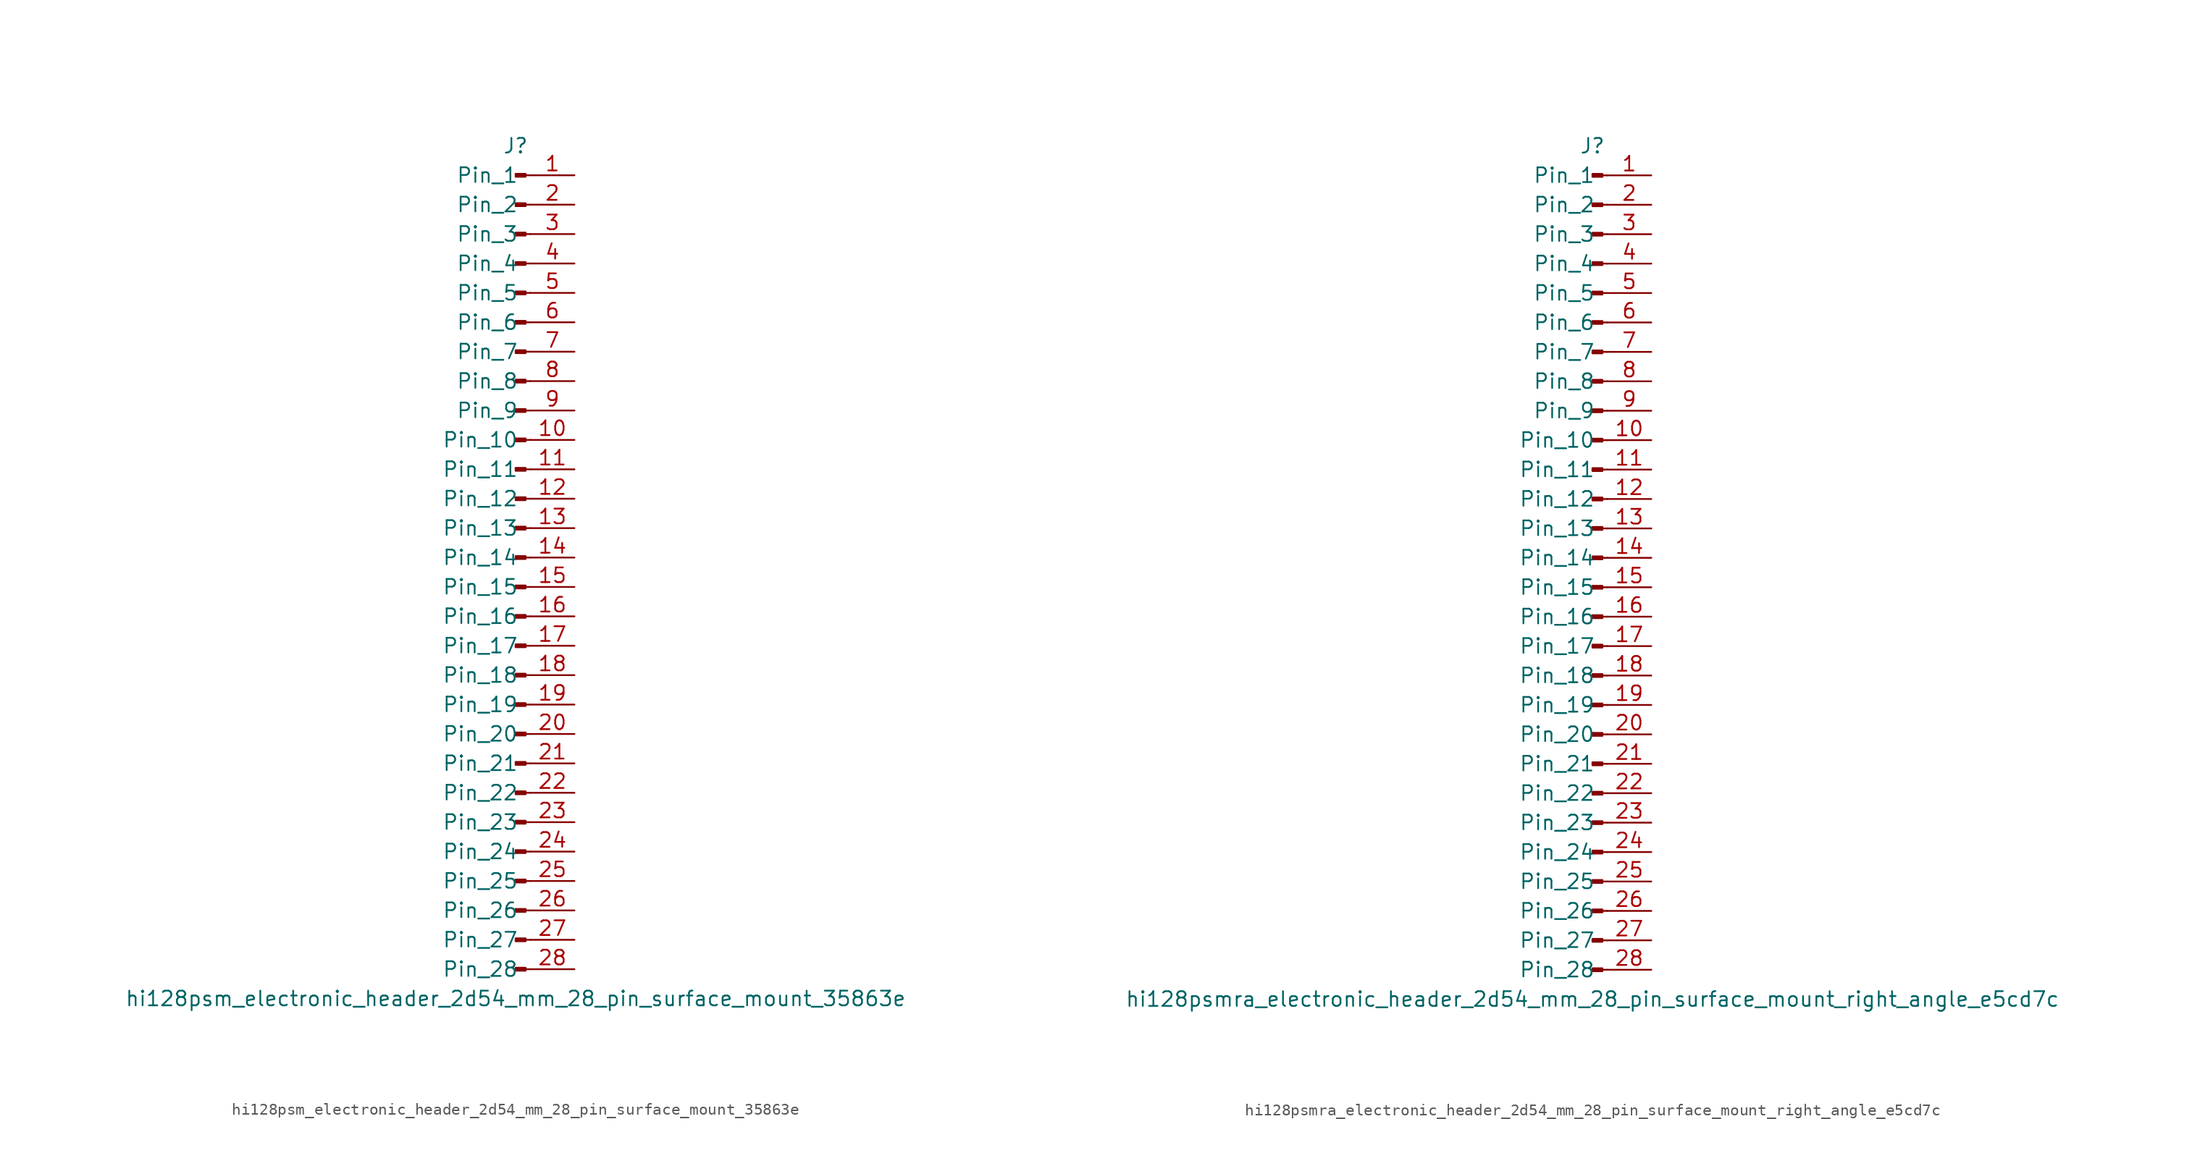
<source format=kicad_sym>
(kicad_symbol_lib
  (version 20220914)
  (generator kicad_symbol_editor)
  (symbol "hi128psm_electronic_header_2d54_mm_28_pin_surface_mount_35863e"
    (pin_names
      (offset 1.016))
    (property "Reference" "J"
      (at 0 35.56 0)
      (effects (font (size 1.27 1.27))))
    (property "Value" "hi128psm_electronic_header_2d54_mm_28_pin_surface_mount_35863e"
      (at 0 -38.1 0)
      (effects (font (size 1.27 1.27))))
    (property "ki_locked" ""
      (at 0 0 0)
      (effects (font (size 1.27 1.27))))
    (symbol "hi128psm_electronic_header_2d54_mm_28_pin_surface_mount_35863e_1_1"
      (polyline (pts (xy 1.27 -35.56) (xy 0.864 -35.56)) (stroke (width 0.152) (type default)) (fill (type none)))
      (polyline (pts (xy 1.27 -33.02) (xy 0.864 -33.02)) (stroke (width 0.152) (type default)) (fill (type none)))
      (polyline (pts (xy 1.27 -30.48) (xy 0.864 -30.48)) (stroke (width 0.152) (type default)) (fill (type none)))
      (polyline (pts (xy 1.27 -27.94) (xy 0.864 -27.94)) (stroke (width 0.152) (type default)) (fill (type none)))
      (polyline (pts (xy 1.27 -25.4) (xy 0.864 -25.4)) (stroke (width 0.152) (type default)) (fill (type none)))
      (polyline (pts (xy 1.27 -22.86) (xy 0.864 -22.86)) (stroke (width 0.152) (type default)) (fill (type none)))
      (polyline (pts (xy 1.27 -20.32) (xy 0.864 -20.32)) (stroke (width 0.152) (type default)) (fill (type none)))
      (polyline (pts (xy 1.27 -17.78) (xy 0.864 -17.78)) (stroke (width 0.152) (type default)) (fill (type none)))
      (polyline (pts (xy 1.27 -15.24) (xy 0.864 -15.24)) (stroke (width 0.152) (type default)) (fill (type none)))
      (polyline (pts (xy 1.27 -12.7) (xy 0.864 -12.7)) (stroke (width 0.152) (type default)) (fill (type none)))
      (polyline (pts (xy 1.27 -10.16) (xy 0.864 -10.16)) (stroke (width 0.152) (type default)) (fill (type none)))
      (polyline (pts (xy 1.27 -7.62) (xy 0.864 -7.62)) (stroke (width 0.152) (type default)) (fill (type none)))
      (polyline (pts (xy 1.27 -5.08) (xy 0.864 -5.08)) (stroke (width 0.152) (type default)) (fill (type none)))
      (polyline (pts (xy 1.27 -2.54) (xy 0.864 -2.54)) (stroke (width 0.152) (type default)) (fill (type none)))
      (polyline (pts (xy 1.27 0) (xy 0.864 0)) (stroke (width 0.152) (type default)) (fill (type none)))
      (polyline (pts (xy 1.27 2.54) (xy 0.864 2.54)) (stroke (width 0.152) (type default)) (fill (type none)))
      (polyline (pts (xy 1.27 5.08) (xy 0.864 5.08)) (stroke (width 0.152) (type default)) (fill (type none)))
      (polyline (pts (xy 1.27 7.62) (xy 0.864 7.62)) (stroke (width 0.152) (type default)) (fill (type none)))
      (polyline (pts (xy 1.27 10.16) (xy 0.864 10.16)) (stroke (width 0.152) (type default)) (fill (type none)))
      (polyline (pts (xy 1.27 12.7) (xy 0.864 12.7)) (stroke (width 0.152) (type default)) (fill (type none)))
      (polyline (pts (xy 1.27 15.24) (xy 0.864 15.24)) (stroke (width 0.152) (type default)) (fill (type none)))
      (polyline (pts (xy 1.27 17.78) (xy 0.864 17.78)) (stroke (width 0.152) (type default)) (fill (type none)))
      (polyline (pts (xy 1.27 20.32) (xy 0.864 20.32)) (stroke (width 0.152) (type default)) (fill (type none)))
      (polyline (pts (xy 1.27 22.86) (xy 0.864 22.86)) (stroke (width 0.152) (type default)) (fill (type none)))
      (polyline (pts (xy 1.27 25.4) (xy 0.864 25.4)) (stroke (width 0.152) (type default)) (fill (type none)))
      (polyline (pts (xy 1.27 27.94) (xy 0.864 27.94)) (stroke (width 0.152) (type default)) (fill (type none)))
      (polyline (pts (xy 1.27 30.48) (xy 0.864 30.48)) (stroke (width 0.152) (type default)) (fill (type none)))
      (polyline (pts (xy 1.27 33.02) (xy 0.864 33.02)) (stroke (width 0.152) (type default)) (fill (type none)))
      (rectangle (start 0.864 -35.433) (end 0 -35.687) (stroke (width 0.152) (type default)) (fill (type outline)))
      (rectangle (start 0.864 -32.893) (end 0 -33.147) (stroke (width 0.152) (type default)) (fill (type outline)))
      (rectangle (start 0.864 -30.353) (end 0 -30.607) (stroke (width 0.152) (type default)) (fill (type outline)))
      (rectangle (start 0.864 -27.813) (end 0 -28.067) (stroke (width 0.152) (type default)) (fill (type outline)))
      (rectangle (start 0.864 -25.273) (end 0 -25.527) (stroke (width 0.152) (type default)) (fill (type outline)))
      (rectangle (start 0.864 -22.733) (end 0 -22.987) (stroke (width 0.152) (type default)) (fill (type outline)))
      (rectangle (start 0.864 -20.193) (end 0 -20.447) (stroke (width 0.152) (type default)) (fill (type outline)))
      (rectangle (start 0.864 -17.653) (end 0 -17.907) (stroke (width 0.152) (type default)) (fill (type outline)))
      (rectangle (start 0.864 -15.113) (end 0 -15.367) (stroke (width 0.152) (type default)) (fill (type outline)))
      (rectangle (start 0.864 -12.573) (end 0 -12.827) (stroke (width 0.152) (type default)) (fill (type outline)))
      (rectangle (start 0.864 -10.033) (end 0 -10.287) (stroke (width 0.152) (type default)) (fill (type outline)))
      (rectangle (start 0.864 -7.493) (end 0 -7.747) (stroke (width 0.152) (type default)) (fill (type outline)))
      (rectangle (start 0.864 -4.953) (end 0 -5.207) (stroke (width 0.152) (type default)) (fill (type outline)))
      (rectangle (start 0.864 -2.413) (end 0 -2.667) (stroke (width 0.152) (type default)) (fill (type outline)))
      (rectangle (start 0.864 0.127) (end 0 -0.127) (stroke (width 0.152) (type default)) (fill (type outline)))
      (rectangle (start 0.864 2.667) (end 0 2.413) (stroke (width 0.152) (type default)) (fill (type outline)))
      (rectangle (start 0.864 5.207) (end 0 4.953) (stroke (width 0.152) (type default)) (fill (type outline)))
      (rectangle (start 0.864 7.747) (end 0 7.493) (stroke (width 0.152) (type default)) (fill (type outline)))
      (rectangle (start 0.864 10.287) (end 0 10.033) (stroke (width 0.152) (type default)) (fill (type outline)))
      (rectangle (start 0.864 12.827) (end 0 12.573) (stroke (width 0.152) (type default)) (fill (type outline)))
      (rectangle (start 0.864 15.367) (end 0 15.113) (stroke (width 0.152) (type default)) (fill (type outline)))
      (rectangle (start 0.864 17.907) (end 0 17.653) (stroke (width 0.152) (type default)) (fill (type outline)))
      (rectangle (start 0.864 20.447) (end 0 20.193) (stroke (width 0.152) (type default)) (fill (type outline)))
      (rectangle (start 0.864 22.987) (end 0 22.733) (stroke (width 0.152) (type default)) (fill (type outline)))
      (rectangle (start 0.864 25.527) (end 0 25.273) (stroke (width 0.152) (type default)) (fill (type outline)))
      (rectangle (start 0.864 28.067) (end 0 27.813) (stroke (width 0.152) (type default)) (fill (type outline)))
      (rectangle (start 0.864 30.607) (end 0 30.353) (stroke (width 0.152) (type default)) (fill (type outline)))
      (rectangle (start 0.864 33.147) (end 0 32.893) (stroke (width 0.152) (type default)) (fill (type outline)))
      (pin passive line (at 5.08 33.02 180) (length 3.81) (name "Pin_1" (effects (font (size 1.27 1.27)))) (number "1" (effects (font (size 1.27 1.27)))))
      (pin passive line (at 5.08 10.16 180) (length 3.81) (name "Pin_10" (effects (font (size 1.27 1.27)))) (number "10" (effects (font (size 1.27 1.27)))))
      (pin passive line (at 5.08 7.62 180) (length 3.81) (name "Pin_11" (effects (font (size 1.27 1.27)))) (number "11" (effects (font (size 1.27 1.27)))))
      (pin passive line (at 5.08 5.08 180) (length 3.81) (name "Pin_12" (effects (font (size 1.27 1.27)))) (number "12" (effects (font (size 1.27 1.27)))))
      (pin passive line (at 5.08 2.54 180) (length 3.81) (name "Pin_13" (effects (font (size 1.27 1.27)))) (number "13" (effects (font (size 1.27 1.27)))))
      (pin passive line (at 5.08 0 180) (length 3.81) (name "Pin_14" (effects (font (size 1.27 1.27)))) (number "14" (effects (font (size 1.27 1.27)))))
      (pin passive line (at 5.08 -2.54 180) (length 3.81) (name "Pin_15" (effects (font (size 1.27 1.27)))) (number "15" (effects (font (size 1.27 1.27)))))
      (pin passive line (at 5.08 -5.08 180) (length 3.81) (name "Pin_16" (effects (font (size 1.27 1.27)))) (number "16" (effects (font (size 1.27 1.27)))))
      (pin passive line (at 5.08 -7.62 180) (length 3.81) (name "Pin_17" (effects (font (size 1.27 1.27)))) (number "17" (effects (font (size 1.27 1.27)))))
      (pin passive line (at 5.08 -10.16 180) (length 3.81) (name "Pin_18" (effects (font (size 1.27 1.27)))) (number "18" (effects (font (size 1.27 1.27)))))
      (pin passive line (at 5.08 -12.7 180) (length 3.81) (name "Pin_19" (effects (font (size 1.27 1.27)))) (number "19" (effects (font (size 1.27 1.27)))))
      (pin passive line (at 5.08 30.48 180) (length 3.81) (name "Pin_2" (effects (font (size 1.27 1.27)))) (number "2" (effects (font (size 1.27 1.27)))))
      (pin passive line (at 5.08 -15.24 180) (length 3.81) (name "Pin_20" (effects (font (size 1.27 1.27)))) (number "20" (effects (font (size 1.27 1.27)))))
      (pin passive line (at 5.08 -17.78 180) (length 3.81) (name "Pin_21" (effects (font (size 1.27 1.27)))) (number "21" (effects (font (size 1.27 1.27)))))
      (pin passive line (at 5.08 -20.32 180) (length 3.81) (name "Pin_22" (effects (font (size 1.27 1.27)))) (number "22" (effects (font (size 1.27 1.27)))))
      (pin passive line (at 5.08 -22.86 180) (length 3.81) (name "Pin_23" (effects (font (size 1.27 1.27)))) (number "23" (effects (font (size 1.27 1.27)))))
      (pin passive line (at 5.08 -25.4 180) (length 3.81) (name "Pin_24" (effects (font (size 1.27 1.27)))) (number "24" (effects (font (size 1.27 1.27)))))
      (pin passive line (at 5.08 -27.94 180) (length 3.81) (name "Pin_25" (effects (font (size 1.27 1.27)))) (number "25" (effects (font (size 1.27 1.27)))))
      (pin passive line (at 5.08 -30.48 180) (length 3.81) (name "Pin_26" (effects (font (size 1.27 1.27)))) (number "26" (effects (font (size 1.27 1.27)))))
      (pin passive line (at 5.08 -33.02 180) (length 3.81) (name "Pin_27" (effects (font (size 1.27 1.27)))) (number "27" (effects (font (size 1.27 1.27)))))
      (pin passive line (at 5.08 -35.56 180) (length 3.81) (name "Pin_28" (effects (font (size 1.27 1.27)))) (number "28" (effects (font (size 1.27 1.27)))))
      (pin passive line (at 5.08 27.94 180) (length 3.81) (name "Pin_3" (effects (font (size 1.27 1.27)))) (number "3" (effects (font (size 1.27 1.27)))))
      (pin passive line (at 5.08 25.4 180) (length 3.81) (name "Pin_4" (effects (font (size 1.27 1.27)))) (number "4" (effects (font (size 1.27 1.27)))))
      (pin passive line (at 5.08 22.86 180) (length 3.81) (name "Pin_5" (effects (font (size 1.27 1.27)))) (number "5" (effects (font (size 1.27 1.27)))))
      (pin passive line (at 5.08 20.32 180) (length 3.81) (name "Pin_6" (effects (font (size 1.27 1.27)))) (number "6" (effects (font (size 1.27 1.27)))))
      (pin passive line (at 5.08 17.78 180) (length 3.81) (name "Pin_7" (effects (font (size 1.27 1.27)))) (number "7" (effects (font (size 1.27 1.27)))))
      (pin passive line (at 5.08 15.24 180) (length 3.81) (name "Pin_8" (effects (font (size 1.27 1.27)))) (number "8" (effects (font (size 1.27 1.27)))))
      (pin passive line (at 5.08 12.7 180) (length 3.81) (name "Pin_9" (effects (font (size 1.27 1.27)))) (number "9" (effects (font (size 1.27 1.27)))))))
  (symbol "hi128psmra_electronic_header_2d54_mm_28_pin_surface_mount_right_angle_e5cd7c"
    (pin_names
      (offset 1.016))
    (property "Reference" "J"
      (at 0 35.56 0)
      (effects (font (size 1.27 1.27))))
    (property "Value" "hi128psmra_electronic_header_2d54_mm_28_pin_surface_mount_right_angle_e5cd7c"
      (at 0 -38.1 0)
      (effects (font (size 1.27 1.27))))
    (property "ki_locked" ""
      (at 0 0 0)
      (effects (font (size 1.27 1.27))))
    (symbol "hi128psmra_electronic_header_2d54_mm_28_pin_surface_mount_right_angle_e5cd7c_1_1"
      (polyline (pts (xy 1.27 -35.56) (xy 0.864 -35.56)) (stroke (width 0.152) (type default)) (fill (type none)))
      (polyline (pts (xy 1.27 -33.02) (xy 0.864 -33.02)) (stroke (width 0.152) (type default)) (fill (type none)))
      (polyline (pts (xy 1.27 -30.48) (xy 0.864 -30.48)) (stroke (width 0.152) (type default)) (fill (type none)))
      (polyline (pts (xy 1.27 -27.94) (xy 0.864 -27.94)) (stroke (width 0.152) (type default)) (fill (type none)))
      (polyline (pts (xy 1.27 -25.4) (xy 0.864 -25.4)) (stroke (width 0.152) (type default)) (fill (type none)))
      (polyline (pts (xy 1.27 -22.86) (xy 0.864 -22.86)) (stroke (width 0.152) (type default)) (fill (type none)))
      (polyline (pts (xy 1.27 -20.32) (xy 0.864 -20.32)) (stroke (width 0.152) (type default)) (fill (type none)))
      (polyline (pts (xy 1.27 -17.78) (xy 0.864 -17.78)) (stroke (width 0.152) (type default)) (fill (type none)))
      (polyline (pts (xy 1.27 -15.24) (xy 0.864 -15.24)) (stroke (width 0.152) (type default)) (fill (type none)))
      (polyline (pts (xy 1.27 -12.7) (xy 0.864 -12.7)) (stroke (width 0.152) (type default)) (fill (type none)))
      (polyline (pts (xy 1.27 -10.16) (xy 0.864 -10.16)) (stroke (width 0.152) (type default)) (fill (type none)))
      (polyline (pts (xy 1.27 -7.62) (xy 0.864 -7.62)) (stroke (width 0.152) (type default)) (fill (type none)))
      (polyline (pts (xy 1.27 -5.08) (xy 0.864 -5.08)) (stroke (width 0.152) (type default)) (fill (type none)))
      (polyline (pts (xy 1.27 -2.54) (xy 0.864 -2.54)) (stroke (width 0.152) (type default)) (fill (type none)))
      (polyline (pts (xy 1.27 0) (xy 0.864 0)) (stroke (width 0.152) (type default)) (fill (type none)))
      (polyline (pts (xy 1.27 2.54) (xy 0.864 2.54)) (stroke (width 0.152) (type default)) (fill (type none)))
      (polyline (pts (xy 1.27 5.08) (xy 0.864 5.08)) (stroke (width 0.152) (type default)) (fill (type none)))
      (polyline (pts (xy 1.27 7.62) (xy 0.864 7.62)) (stroke (width 0.152) (type default)) (fill (type none)))
      (polyline (pts (xy 1.27 10.16) (xy 0.864 10.16)) (stroke (width 0.152) (type default)) (fill (type none)))
      (polyline (pts (xy 1.27 12.7) (xy 0.864 12.7)) (stroke (width 0.152) (type default)) (fill (type none)))
      (polyline (pts (xy 1.27 15.24) (xy 0.864 15.24)) (stroke (width 0.152) (type default)) (fill (type none)))
      (polyline (pts (xy 1.27 17.78) (xy 0.864 17.78)) (stroke (width 0.152) (type default)) (fill (type none)))
      (polyline (pts (xy 1.27 20.32) (xy 0.864 20.32)) (stroke (width 0.152) (type default)) (fill (type none)))
      (polyline (pts (xy 1.27 22.86) (xy 0.864 22.86)) (stroke (width 0.152) (type default)) (fill (type none)))
      (polyline (pts (xy 1.27 25.4) (xy 0.864 25.4)) (stroke (width 0.152) (type default)) (fill (type none)))
      (polyline (pts (xy 1.27 27.94) (xy 0.864 27.94)) (stroke (width 0.152) (type default)) (fill (type none)))
      (polyline (pts (xy 1.27 30.48) (xy 0.864 30.48)) (stroke (width 0.152) (type default)) (fill (type none)))
      (polyline (pts (xy 1.27 33.02) (xy 0.864 33.02)) (stroke (width 0.152) (type default)) (fill (type none)))
      (rectangle (start 0.864 -35.433) (end 0 -35.687) (stroke (width 0.152) (type default)) (fill (type outline)))
      (rectangle (start 0.864 -32.893) (end 0 -33.147) (stroke (width 0.152) (type default)) (fill (type outline)))
      (rectangle (start 0.864 -30.353) (end 0 -30.607) (stroke (width 0.152) (type default)) (fill (type outline)))
      (rectangle (start 0.864 -27.813) (end 0 -28.067) (stroke (width 0.152) (type default)) (fill (type outline)))
      (rectangle (start 0.864 -25.273) (end 0 -25.527) (stroke (width 0.152) (type default)) (fill (type outline)))
      (rectangle (start 0.864 -22.733) (end 0 -22.987) (stroke (width 0.152) (type default)) (fill (type outline)))
      (rectangle (start 0.864 -20.193) (end 0 -20.447) (stroke (width 0.152) (type default)) (fill (type outline)))
      (rectangle (start 0.864 -17.653) (end 0 -17.907) (stroke (width 0.152) (type default)) (fill (type outline)))
      (rectangle (start 0.864 -15.113) (end 0 -15.367) (stroke (width 0.152) (type default)) (fill (type outline)))
      (rectangle (start 0.864 -12.573) (end 0 -12.827) (stroke (width 0.152) (type default)) (fill (type outline)))
      (rectangle (start 0.864 -10.033) (end 0 -10.287) (stroke (width 0.152) (type default)) (fill (type outline)))
      (rectangle (start 0.864 -7.493) (end 0 -7.747) (stroke (width 0.152) (type default)) (fill (type outline)))
      (rectangle (start 0.864 -4.953) (end 0 -5.207) (stroke (width 0.152) (type default)) (fill (type outline)))
      (rectangle (start 0.864 -2.413) (end 0 -2.667) (stroke (width 0.152) (type default)) (fill (type outline)))
      (rectangle (start 0.864 0.127) (end 0 -0.127) (stroke (width 0.152) (type default)) (fill (type outline)))
      (rectangle (start 0.864 2.667) (end 0 2.413) (stroke (width 0.152) (type default)) (fill (type outline)))
      (rectangle (start 0.864 5.207) (end 0 4.953) (stroke (width 0.152) (type default)) (fill (type outline)))
      (rectangle (start 0.864 7.747) (end 0 7.493) (stroke (width 0.152) (type default)) (fill (type outline)))
      (rectangle (start 0.864 10.287) (end 0 10.033) (stroke (width 0.152) (type default)) (fill (type outline)))
      (rectangle (start 0.864 12.827) (end 0 12.573) (stroke (width 0.152) (type default)) (fill (type outline)))
      (rectangle (start 0.864 15.367) (end 0 15.113) (stroke (width 0.152) (type default)) (fill (type outline)))
      (rectangle (start 0.864 17.907) (end 0 17.653) (stroke (width 0.152) (type default)) (fill (type outline)))
      (rectangle (start 0.864 20.447) (end 0 20.193) (stroke (width 0.152) (type default)) (fill (type outline)))
      (rectangle (start 0.864 22.987) (end 0 22.733) (stroke (width 0.152) (type default)) (fill (type outline)))
      (rectangle (start 0.864 25.527) (end 0 25.273) (stroke (width 0.152) (type default)) (fill (type outline)))
      (rectangle (start 0.864 28.067) (end 0 27.813) (stroke (width 0.152) (type default)) (fill (type outline)))
      (rectangle (start 0.864 30.607) (end 0 30.353) (stroke (width 0.152) (type default)) (fill (type outline)))
      (rectangle (start 0.864 33.147) (end 0 32.893) (stroke (width 0.152) (type default)) (fill (type outline)))
      (pin passive line (at 5.08 33.02 180) (length 3.81) (name "Pin_1" (effects (font (size 1.27 1.27)))) (number "1" (effects (font (size 1.27 1.27)))))
      (pin passive line (at 5.08 10.16 180) (length 3.81) (name "Pin_10" (effects (font (size 1.27 1.27)))) (number "10" (effects (font (size 1.27 1.27)))))
      (pin passive line (at 5.08 7.62 180) (length 3.81) (name "Pin_11" (effects (font (size 1.27 1.27)))) (number "11" (effects (font (size 1.27 1.27)))))
      (pin passive line (at 5.08 5.08 180) (length 3.81) (name "Pin_12" (effects (font (size 1.27 1.27)))) (number "12" (effects (font (size 1.27 1.27)))))
      (pin passive line (at 5.08 2.54 180) (length 3.81) (name "Pin_13" (effects (font (size 1.27 1.27)))) (number "13" (effects (font (size 1.27 1.27)))))
      (pin passive line (at 5.08 0 180) (length 3.81) (name "Pin_14" (effects (font (size 1.27 1.27)))) (number "14" (effects (font (size 1.27 1.27)))))
      (pin passive line (at 5.08 -2.54 180) (length 3.81) (name "Pin_15" (effects (font (size 1.27 1.27)))) (number "15" (effects (font (size 1.27 1.27)))))
      (pin passive line (at 5.08 -5.08 180) (length 3.81) (name "Pin_16" (effects (font (size 1.27 1.27)))) (number "16" (effects (font (size 1.27 1.27)))))
      (pin passive line (at 5.08 -7.62 180) (length 3.81) (name "Pin_17" (effects (font (size 1.27 1.27)))) (number "17" (effects (font (size 1.27 1.27)))))
      (pin passive line (at 5.08 -10.16 180) (length 3.81) (name "Pin_18" (effects (font (size 1.27 1.27)))) (number "18" (effects (font (size 1.27 1.27)))))
      (pin passive line (at 5.08 -12.7 180) (length 3.81) (name "Pin_19" (effects (font (size 1.27 1.27)))) (number "19" (effects (font (size 1.27 1.27)))))
      (pin passive line (at 5.08 30.48 180) (length 3.81) (name "Pin_2" (effects (font (size 1.27 1.27)))) (number "2" (effects (font (size 1.27 1.27)))))
      (pin passive line (at 5.08 -15.24 180) (length 3.81) (name "Pin_20" (effects (font (size 1.27 1.27)))) (number "20" (effects (font (size 1.27 1.27)))))
      (pin passive line (at 5.08 -17.78 180) (length 3.81) (name "Pin_21" (effects (font (size 1.27 1.27)))) (number "21" (effects (font (size 1.27 1.27)))))
      (pin passive line (at 5.08 -20.32 180) (length 3.81) (name "Pin_22" (effects (font (size 1.27 1.27)))) (number "22" (effects (font (size 1.27 1.27)))))
      (pin passive line (at 5.08 -22.86 180) (length 3.81) (name "Pin_23" (effects (font (size 1.27 1.27)))) (number "23" (effects (font (size 1.27 1.27)))))
      (pin passive line (at 5.08 -25.4 180) (length 3.81) (name "Pin_24" (effects (font (size 1.27 1.27)))) (number "24" (effects (font (size 1.27 1.27)))))
      (pin passive line (at 5.08 -27.94 180) (length 3.81) (name "Pin_25" (effects (font (size 1.27 1.27)))) (number "25" (effects (font (size 1.27 1.27)))))
      (pin passive line (at 5.08 -30.48 180) (length 3.81) (name "Pin_26" (effects (font (size 1.27 1.27)))) (number "26" (effects (font (size 1.27 1.27)))))
      (pin passive line (at 5.08 -33.02 180) (length 3.81) (name "Pin_27" (effects (font (size 1.27 1.27)))) (number "27" (effects (font (size 1.27 1.27)))))
      (pin passive line (at 5.08 -35.56 180) (length 3.81) (name "Pin_28" (effects (font (size 1.27 1.27)))) (number "28" (effects (font (size 1.27 1.27)))))
      (pin passive line (at 5.08 27.94 180) (length 3.81) (name "Pin_3" (effects (font (size 1.27 1.27)))) (number "3" (effects (font (size 1.27 1.27)))))
      (pin passive line (at 5.08 25.4 180) (length 3.81) (name "Pin_4" (effects (font (size 1.27 1.27)))) (number "4" (effects (font (size 1.27 1.27)))))
      (pin passive line (at 5.08 22.86 180) (length 3.81) (name "Pin_5" (effects (font (size 1.27 1.27)))) (number "5" (effects (font (size 1.27 1.27)))))
      (pin passive line (at 5.08 20.32 180) (length 3.81) (name "Pin_6" (effects (font (size 1.27 1.27)))) (number "6" (effects (font (size 1.27 1.27)))))
      (pin passive line (at 5.08 17.78 180) (length 3.81) (name "Pin_7" (effects (font (size 1.27 1.27)))) (number "7" (effects (font (size 1.27 1.27)))))
      (pin passive line (at 5.08 15.24 180) (length 3.81) (name "Pin_8" (effects (font (size 1.27 1.27)))) (number "8" (effects (font (size 1.27 1.27)))))
      (pin passive line (at 5.08 12.7 180) (length 3.81) (name "Pin_9" (effects (font (size 1.27 1.27)))) (number "9" (effects (font (size 1.27 1.27))))))))
</source>
